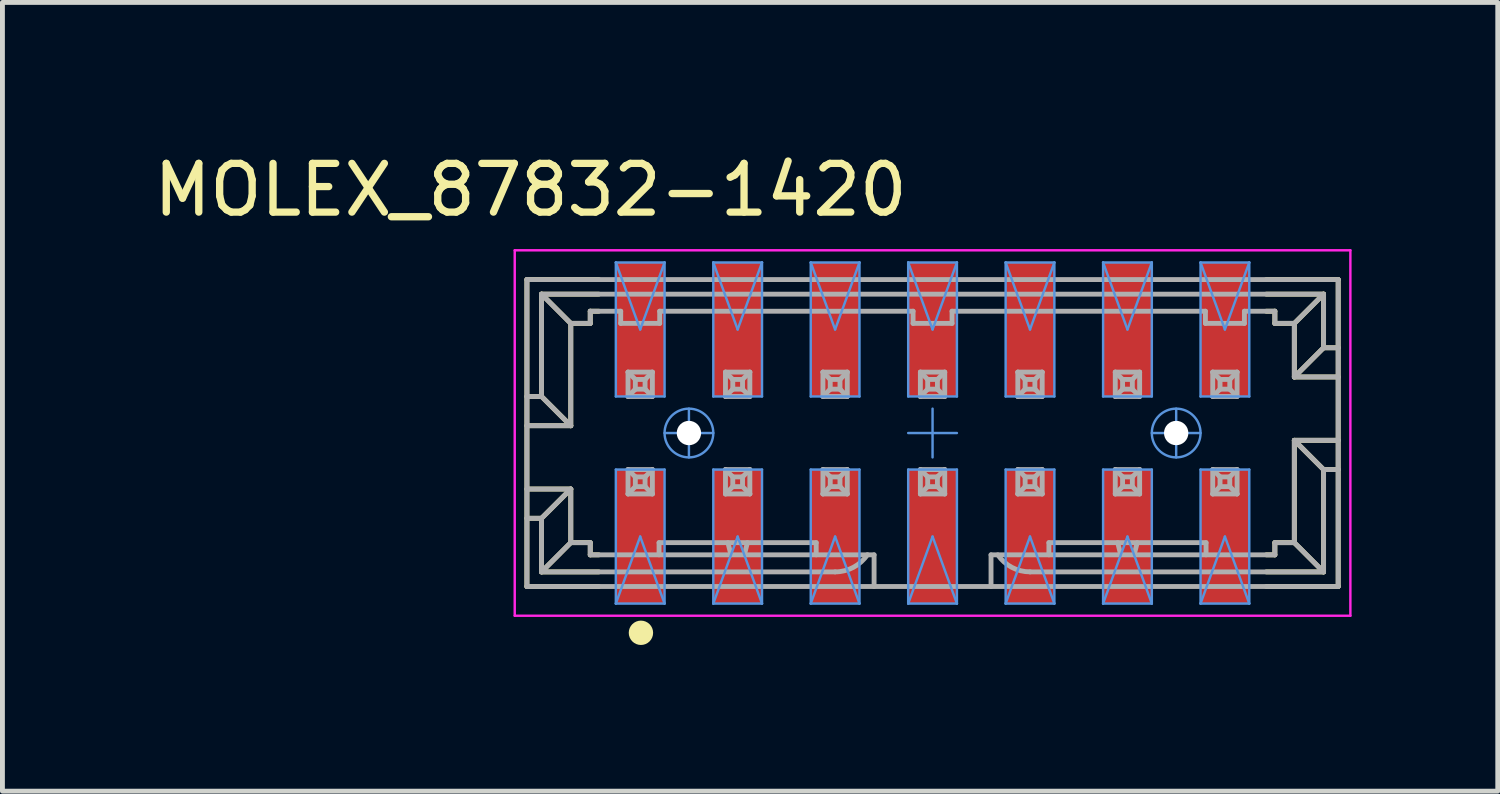
<source format=kicad_pcb>
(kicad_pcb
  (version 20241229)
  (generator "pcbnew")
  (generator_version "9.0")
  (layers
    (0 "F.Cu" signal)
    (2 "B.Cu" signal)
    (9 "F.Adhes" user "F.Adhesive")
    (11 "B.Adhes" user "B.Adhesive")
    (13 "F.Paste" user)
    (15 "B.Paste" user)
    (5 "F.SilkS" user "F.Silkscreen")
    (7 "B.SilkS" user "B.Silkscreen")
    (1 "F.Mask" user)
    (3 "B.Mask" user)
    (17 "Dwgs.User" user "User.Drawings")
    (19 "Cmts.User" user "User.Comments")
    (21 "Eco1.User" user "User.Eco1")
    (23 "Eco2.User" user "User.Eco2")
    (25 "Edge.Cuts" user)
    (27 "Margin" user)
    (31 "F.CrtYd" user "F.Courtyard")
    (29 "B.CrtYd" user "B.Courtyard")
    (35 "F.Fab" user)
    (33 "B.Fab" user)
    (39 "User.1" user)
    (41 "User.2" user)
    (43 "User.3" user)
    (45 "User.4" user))
  (footprint "MOLEX_87832-1420"
    (layer "F.Cu")
    (at 16.089 5.837)
    (property "Reference" "MOLEX_87832-1420" (at -8.25 -4.989 0) (layer "F.SilkS") (effects (font (size 1 1) (thickness 0.15))))
    (attr smd)
    (fp_line (start -8.325 -3.15) (end -6.85 -3.15) (stroke (width 0.1) (type solid)) (layer "F.SilkS"))
    (fp_line (start -8.325 -0.75) (end -8.025 -0.75) (stroke (width 0.1) (type solid)) (layer "F.SilkS"))
    (fp_line (start -8.325 -0.15) (end -7.425 -0.15) (stroke (width 0.1) (type solid)) (layer "F.SilkS"))
    (fp_line (start -8.325 1.15) (end -7.425 1.15) (stroke (width 0.1) (type solid)) (layer "F.SilkS"))
    (fp_line (start -8.325 1.75) (end -8.025 1.75) (stroke (width 0.1) (type solid)) (layer "F.SilkS"))
    (fp_line (start -8.325 3.15) (end -8.325 -3.15) (stroke (width 0.1) (type solid)) (layer "F.SilkS"))
    (fp_line (start -8.325 3.15) (end -6.85 3.15) (stroke (width 0.1) (type solid)) (layer "F.SilkS"))
    (fp_line (start -8.025 -2.85) (end -7.425 -2.25) (stroke (width 0.1) (type solid)) (layer "F.SilkS"))
    (fp_line (start -8.025 -2.85) (end -6.85 -2.85) (stroke (width 0.1) (type solid)) (layer "F.SilkS"))
    (fp_line (start -8.025 -0.75) (end -8.025 -2.85) (stroke (width 0.1) (type solid)) (layer "F.SilkS"))
    (fp_line (start -8.025 -0.75) (end -7.425 -0.15) (stroke (width 0.1) (type solid)) (layer "F.SilkS"))
    (fp_line (start -8.025 1.75) (end -7.425 1.15) (stroke (width 0.1) (type solid)) (layer "F.SilkS"))
    (fp_line (start -8.025 2.85) (end -8.025 1.75) (stroke (width 0.1) (type solid)) (layer "F.SilkS"))
    (fp_line (start -8.025 2.85) (end -7.425 2.25) (stroke (width 0.1) (type solid)) (layer "F.SilkS"))
    (fp_line (start -8.025 2.85) (end -6.85 2.85) (stroke (width 0.1) (type solid)) (layer "F.SilkS"))
    (fp_line (start -7.425 -2.25) (end -7.025 -2.25) (stroke (width 0.1) (type solid)) (layer "F.SilkS"))
    (fp_line (start -7.425 -0.15) (end -7.425 -2.25) (stroke (width 0.1) (type solid)) (layer "F.SilkS"))
    (fp_line (start -7.425 2.25) (end -7.425 1.15) (stroke (width 0.1) (type solid)) (layer "F.SilkS"))
    (fp_line (start -7.425 2.25) (end -7.025 2.25) (stroke (width 0.1) (type solid)) (layer "F.SilkS"))
    (fp_line (start -7.025 -2.5) (end -6.85 -2.5) (stroke (width 0.1) (type solid)) (layer "F.SilkS"))
    (fp_line (start -7.025 -2.25) (end -7.025 -2.5) (stroke (width 0.1) (type solid)) (layer "F.SilkS"))
    (fp_line (start -7.025 2.5) (end -7.025 2.25) (stroke (width 0.1) (type solid)) (layer "F.SilkS"))
    (fp_line (start -7.025 2.5) (end -6.85 2.5) (stroke (width 0.1) (type solid)) (layer "F.SilkS"))
    (fp_line (start 6.85 -3.15) (end 8.325 -3.15) (stroke (width 0.1) (type solid)) (layer "F.SilkS"))
    (fp_line (start 6.85 -2.85) (end 8.025 -2.85) (stroke (width 0.1) (type solid)) (layer "F.SilkS"))
    (fp_line (start 6.85 -2.5) (end 7.025 -2.5) (stroke (width 0.1) (type solid)) (layer "F.SilkS"))
    (fp_line (start 6.85 2.5) (end 7.025 2.5) (stroke (width 0.1) (type solid)) (layer "F.SilkS"))
    (fp_line (start 6.85 2.85) (end 8.025 2.85) (stroke (width 0.1) (type solid)) (layer "F.SilkS"))
    (fp_line (start 6.85 3.15) (end 8.325 3.15) (stroke (width 0.1) (type solid)) (layer "F.SilkS"))
    (fp_line (start 7.025 -2.25) (end 7.025 -2.5) (stroke (width 0.1) (type solid)) (layer "F.SilkS"))
    (fp_line (start 7.025 -2.25) (end 7.425 -2.25) (stroke (width 0.1) (type solid)) (layer "F.SilkS"))
    (fp_line (start 7.025 2.25) (end 7.425 2.25) (stroke (width 0.1) (type solid)) (layer "F.SilkS"))
    (fp_line (start 7.025 2.5) (end 7.025 2.25) (stroke (width 0.1) (type solid)) (layer "F.SilkS"))
    (fp_line (start 7.425 -2.25) (end 8.025 -2.85) (stroke (width 0.1) (type solid)) (layer "F.SilkS"))
    (fp_line (start 7.425 -1.15) (end 7.425 -2.25) (stroke (width 0.1) (type solid)) (layer "F.SilkS"))
    (fp_line (start 7.425 -1.15) (end 8.025 -1.75) (stroke (width 0.1) (type solid)) (layer "F.SilkS"))
    (fp_line (start 7.425 -1.15) (end 8.325 -1.15) (stroke (width 0.1) (type solid)) (layer "F.SilkS"))
    (fp_line (start 7.425 0.15) (end 8.025 0.75) (stroke (width 0.1) (type solid)) (layer "F.SilkS"))
    (fp_line (start 7.425 0.15) (end 8.325 0.15) (stroke (width 0.1) (type solid)) (layer "F.SilkS"))
    (fp_line (start 7.425 2.25) (end 7.425 0.15) (stroke (width 0.1) (type solid)) (layer "F.SilkS"))
    (fp_line (start 7.425 2.25) (end 8.025 2.85) (stroke (width 0.1) (type solid)) (layer "F.SilkS"))
    (fp_line (start 8.025 -1.75) (end 8.025 -2.85) (stroke (width 0.1) (type solid)) (layer "F.SilkS"))
    (fp_line (start 8.025 -1.75) (end 8.325 -1.75) (stroke (width 0.1) (type solid)) (layer "F.SilkS"))
    (fp_line (start 8.025 0.75) (end 8.325 0.75) (stroke (width 0.1) (type solid)) (layer "F.SilkS"))
    (fp_line (start 8.025 2.85) (end 8.025 0.75) (stroke (width 0.1) (type solid)) (layer "F.SilkS"))
    (fp_line (start 8.325 3.15) (end 8.325 -3.15) (stroke (width 0.1) (type solid)) (layer "F.SilkS"))
    (fp_circle (center -5.985 4.1) (end -5.86 4.1) (stroke (width 0.25) (type solid)) (fill no) (layer "F.SilkS"))
    (fp_line (start -6.5 -3.5) (end -6 -2.125) (stroke (width 0.05) (type solid)) (layer "Cmts.User"))
    (fp_line (start -6.5 -3.5) (end -5.5 -3.5) (stroke (width 0.05) (type solid)) (layer "Cmts.User"))
    (fp_line (start -6.5 -0.75) (end -6.5 -3.5) (stroke (width 0.05) (type solid)) (layer "Cmts.User"))
    (fp_line (start -6.5 -0.75) (end -5.5 -0.75) (stroke (width 0.05) (type solid)) (layer "Cmts.User"))
    (fp_line (start -6.5 0.75) (end -5.5 0.75) (stroke (width 0.05) (type solid)) (layer "Cmts.User"))
    (fp_line (start -6.5 3.5) (end -6.5 0.75) (stroke (width 0.05) (type solid)) (layer "Cmts.User"))
    (fp_line (start -6.5 3.5) (end -6 2.125) (stroke (width 0.05) (type solid)) (layer "Cmts.User"))
    (fp_line (start -6.5 3.5) (end -5.5 3.5) (stroke (width 0.05) (type solid)) (layer "Cmts.User"))
    (fp_line (start -6 -2.125) (end -5.5 -3.5) (stroke (width 0.05) (type solid)) (layer "Cmts.User"))
    (fp_line (start -6 2.125) (end -5.5 3.5) (stroke (width 0.05) (type solid)) (layer "Cmts.User"))
    (fp_line (start -5.5 -0.75) (end -5.5 -3.5) (stroke (width 0.05) (type solid)) (layer "Cmts.User"))
    (fp_line (start -5.5 0) (end -5 0) (stroke (width 0.05) (type solid)) (layer "Cmts.User"))
    (fp_line (start -5.5 3.5) (end -5.5 0.75) (stroke (width 0.05) (type solid)) (layer "Cmts.User"))
    (fp_line (start -5 0) (end -5 -0.5) (stroke (width 0.05) (type solid)) (layer "Cmts.User"))
    (fp_line (start -5 0) (end -4.5 0) (stroke (width 0.05) (type solid)) (layer "Cmts.User"))
    (fp_line (start -5 0.5) (end -5 0) (stroke (width 0.05) (type solid)) (layer "Cmts.User"))
    (fp_line (start -4.5 -3.5) (end -4 -2.125) (stroke (width 0.05) (type solid)) (layer "Cmts.User"))
    (fp_line (start -4.5 -3.5) (end -3.5 -3.5) (stroke (width 0.05) (type solid)) (layer "Cmts.User"))
    (fp_line (start -4.5 -0.75) (end -4.5 -3.5) (stroke (width 0.05) (type solid)) (layer "Cmts.User"))
    (fp_line (start -4.5 -0.75) (end -3.5 -0.75) (stroke (width 0.05) (type solid)) (layer "Cmts.User"))
    (fp_line (start -4.5 0.75) (end -3.5 0.75) (stroke (width 0.05) (type solid)) (layer "Cmts.User"))
    (fp_line (start -4.5 3.5) (end -4.5 0.75) (stroke (width 0.05) (type solid)) (layer "Cmts.User"))
    (fp_line (start -4.5 3.5) (end -4 2.125) (stroke (width 0.05) (type solid)) (layer "Cmts.User"))
    (fp_line (start -4.5 3.5) (end -3.5 3.5) (stroke (width 0.05) (type solid)) (layer "Cmts.User"))
    (fp_line (start -4 -2.125) (end -3.5 -3.5) (stroke (width 0.05) (type solid)) (layer "Cmts.User"))
    (fp_line (start -4 2.125) (end -3.5 3.5) (stroke (width 0.05) (type solid)) (layer "Cmts.User"))
    (fp_line (start -3.5 -0.75) (end -3.5 -3.5) (stroke (width 0.05) (type solid)) (layer "Cmts.User"))
    (fp_line (start -3.5 3.5) (end -3.5 0.75) (stroke (width 0.05) (type solid)) (layer "Cmts.User"))
    (fp_line (start -2.5 -3.5) (end -2 -2.125) (stroke (width 0.05) (type solid)) (layer "Cmts.User"))
    (fp_line (start -2.5 -3.5) (end -1.5 -3.5) (stroke (width 0.05) (type solid)) (layer "Cmts.User"))
    (fp_line (start -2.5 -0.75) (end -2.5 -3.5) (stroke (width 0.05) (type solid)) (layer "Cmts.User"))
    (fp_line (start -2.5 -0.75) (end -1.5 -0.75) (stroke (width 0.05) (type solid)) (layer "Cmts.User"))
    (fp_line (start -2.5 0.75) (end -1.5 0.75) (stroke (width 0.05) (type solid)) (layer "Cmts.User"))
    (fp_line (start -2.5 3.5) (end -2.5 0.75) (stroke (width 0.05) (type solid)) (layer "Cmts.User"))
    (fp_line (start -2.5 3.5) (end -2 2.125) (stroke (width 0.05) (type solid)) (layer "Cmts.User"))
    (fp_line (start -2.5 3.5) (end -1.5 3.5) (stroke (width 0.05) (type solid)) (layer "Cmts.User"))
    (fp_line (start -2 -2.125) (end -1.5 -3.5) (stroke (width 0.05) (type solid)) (layer "Cmts.User"))
    (fp_line (start -2 2.125) (end -1.5 3.5) (stroke (width 0.05) (type solid)) (layer "Cmts.User"))
    (fp_line (start -1.5 -0.75) (end -1.5 -3.5) (stroke (width 0.05) (type solid)) (layer "Cmts.User"))
    (fp_line (start -1.5 3.5) (end -1.5 0.75) (stroke (width 0.05) (type solid)) (layer "Cmts.User"))
    (fp_line (start -0.5 -3.5) (end 0 -2.125) (stroke (width 0.05) (type solid)) (layer "Cmts.User"))
    (fp_line (start -0.5 -3.5) (end 0.5 -3.5) (stroke (width 0.05) (type solid)) (layer "Cmts.User"))
    (fp_line (start -0.5 -0.75) (end -0.5 -3.5) (stroke (width 0.05) (type solid)) (layer "Cmts.User"))
    (fp_line (start -0.5 -0.75) (end 0.5 -0.75) (stroke (width 0.05) (type solid)) (layer "Cmts.User"))
    (fp_line (start -0.5 0) (end 0 0) (stroke (width 0.05) (type solid)) (layer "Cmts.User"))
    (fp_line (start -0.5 0.75) (end 0.5 0.75) (stroke (width 0.05) (type solid)) (layer "Cmts.User"))
    (fp_line (start -0.5 3.5) (end -0.5 0.75) (stroke (width 0.05) (type solid)) (layer "Cmts.User"))
    (fp_line (start -0.5 3.5) (end 0 2.125) (stroke (width 0.05) (type solid)) (layer "Cmts.User"))
    (fp_line (start -0.5 3.5) (end 0.5 3.5) (stroke (width 0.05) (type solid)) (layer "Cmts.User"))
    (fp_line (start 0 -2.125) (end 0.5 -3.5) (stroke (width 0.05) (type solid)) (layer "Cmts.User"))
    (fp_line (start 0 0) (end 0 -0.5) (stroke (width 0.05) (type solid)) (layer "Cmts.User"))
    (fp_line (start 0 0) (end 0.5 0) (stroke (width 0.05) (type solid)) (layer "Cmts.User"))
    (fp_line (start 0 0.5) (end 0 0) (stroke (width 0.05) (type solid)) (layer "Cmts.User"))
    (fp_line (start 0 2.125) (end 0.5 3.5) (stroke (width 0.05) (type solid)) (layer "Cmts.User"))
    (fp_line (start 0.5 -0.75) (end 0.5 -3.5) (stroke (width 0.05) (type solid)) (layer "Cmts.User"))
    (fp_line (start 0.5 3.5) (end 0.5 0.75) (stroke (width 0.05) (type solid)) (layer "Cmts.User"))
    (fp_line (start 1.5 -3.5) (end 2 -2.125) (stroke (width 0.05) (type solid)) (layer "Cmts.User"))
    (fp_line (start 1.5 -3.5) (end 2.5 -3.5) (stroke (width 0.05) (type solid)) (layer "Cmts.User"))
    (fp_line (start 1.5 -0.75) (end 1.5 -3.5) (stroke (width 0.05) (type solid)) (layer "Cmts.User"))
    (fp_line (start 1.5 -0.75) (end 2.5 -0.75) (stroke (width 0.05) (type solid)) (layer "Cmts.User"))
    (fp_line (start 1.5 0.75) (end 2.5 0.75) (stroke (width 0.05) (type solid)) (layer "Cmts.User"))
    (fp_line (start 1.5 3.5) (end 1.5 0.75) (stroke (width 0.05) (type solid)) (layer "Cmts.User"))
    (fp_line (start 1.5 3.5) (end 2 2.125) (stroke (width 0.05) (type solid)) (layer "Cmts.User"))
    (fp_line (start 1.5 3.5) (end 2.5 3.5) (stroke (width 0.05) (type solid)) (layer "Cmts.User"))
    (fp_line (start 2 -2.125) (end 2.5 -3.5) (stroke (width 0.05) (type solid)) (layer "Cmts.User"))
    (fp_line (start 2 2.125) (end 2.5 3.5) (stroke (width 0.05) (type solid)) (layer "Cmts.User"))
    (fp_line (start 2.5 -0.75) (end 2.5 -3.5) (stroke (width 0.05) (type solid)) (layer "Cmts.User"))
    (fp_line (start 2.5 3.5) (end 2.5 0.75) (stroke (width 0.05) (type solid)) (layer "Cmts.User"))
    (fp_line (start 3.5 -3.5) (end 4 -2.125) (stroke (width 0.05) (type solid)) (layer "Cmts.User"))
    (fp_line (start 3.5 -3.5) (end 4.5 -3.5) (stroke (width 0.05) (type solid)) (layer "Cmts.User"))
    (fp_line (start 3.5 -0.75) (end 3.5 -3.5) (stroke (width 0.05) (type solid)) (layer "Cmts.User"))
    (fp_line (start 3.5 -0.75) (end 4.5 -0.75) (stroke (width 0.05) (type solid)) (layer "Cmts.User"))
    (fp_line (start 3.5 0.75) (end 4.5 0.75) (stroke (width 0.05) (type solid)) (layer "Cmts.User"))
    (fp_line (start 3.5 3.5) (end 3.5 0.75) (stroke (width 0.05) (type solid)) (layer "Cmts.User"))
    (fp_line (start 3.5 3.5) (end 4 2.125) (stroke (width 0.05) (type solid)) (layer "Cmts.User"))
    (fp_line (start 3.5 3.5) (end 4.5 3.5) (stroke (width 0.05) (type solid)) (layer "Cmts.User"))
    (fp_line (start 4 -2.125) (end 4.5 -3.5) (stroke (width 0.05) (type solid)) (layer "Cmts.User"))
    (fp_line (start 4 2.125) (end 4.5 3.5) (stroke (width 0.05) (type solid)) (layer "Cmts.User"))
    (fp_line (start 4.5 -0.75) (end 4.5 -3.5) (stroke (width 0.05) (type solid)) (layer "Cmts.User"))
    (fp_line (start 4.5 0) (end 5 0) (stroke (width 0.05) (type solid)) (layer "Cmts.User"))
    (fp_line (start 4.5 3.5) (end 4.5 0.75) (stroke (width 0.05) (type solid)) (layer "Cmts.User"))
    (fp_line (start 5 0) (end 5 -0.5) (stroke (width 0.05) (type solid)) (layer "Cmts.User"))
    (fp_line (start 5 0) (end 5.5 0) (stroke (width 0.05) (type solid)) (layer "Cmts.User"))
    (fp_line (start 5 0.5) (end 5 0) (stroke (width 0.05) (type solid)) (layer "Cmts.User"))
    (fp_line (start 5.5 -3.5) (end 6 -2.125) (stroke (width 0.05) (type solid)) (layer "Cmts.User"))
    (fp_line (start 5.5 -3.5) (end 6.5 -3.5) (stroke (width 0.05) (type solid)) (layer "Cmts.User"))
    (fp_line (start 5.5 -0.75) (end 5.5 -3.5) (stroke (width 0.05) (type solid)) (layer "Cmts.User"))
    (fp_line (start 5.5 -0.75) (end 6.5 -0.75) (stroke (width 0.05) (type solid)) (layer "Cmts.User"))
    (fp_line (start 5.5 0.75) (end 6.5 0.75) (stroke (width 0.05) (type solid)) (layer "Cmts.User"))
    (fp_line (start 5.5 3.5) (end 5.5 0.75) (stroke (width 0.05) (type solid)) (layer "Cmts.User"))
    (fp_line (start 5.5 3.5) (end 6 2.125) (stroke (width 0.05) (type solid)) (layer "Cmts.User"))
    (fp_line (start 5.5 3.5) (end 6.5 3.5) (stroke (width 0.05) (type solid)) (layer "Cmts.User"))
    (fp_line (start 6 -2.125) (end 6.5 -3.5) (stroke (width 0.05) (type solid)) (layer "Cmts.User"))
    (fp_line (start 6 2.125) (end 6.5 3.5) (stroke (width 0.05) (type solid)) (layer "Cmts.User"))
    (fp_line (start 6.5 -0.75) (end 6.5 -3.5) (stroke (width 0.05) (type solid)) (layer "Cmts.User"))
    (fp_line (start 6.5 3.5) (end 6.5 0.75) (stroke (width 0.05) (type solid)) (layer "Cmts.User"))
    (fp_circle (center -5 0) (end -4.5 0) (stroke (width 0.05) (type solid)) (fill no) (layer "Cmts.User"))
    (fp_circle (center 5 0) (end 5.5 0) (stroke (width 0.05) (type solid)) (fill no) (layer "Cmts.User"))
    (fp_line (start -8.575 -3.75) (end 8.575 -3.75) (stroke (width 0.05) (type solid)) (layer "F.CrtYd"))
    (fp_line (start -8.575 3.75) (end -8.575 -3.75) (stroke (width 0.05) (type solid)) (layer "F.CrtYd"))
    (fp_line (start -8.575 3.75) (end 8.575 3.75) (stroke (width 0.05) (type solid)) (layer "F.CrtYd"))
    (fp_line (start 8.575 3.75) (end 8.575 -3.75) (stroke (width 0.05) (type solid)) (layer "F.CrtYd"))
    (fp_line (start -8.325 -3.15) (end 8.325 -3.15) (stroke (width 0.1) (type solid)) (layer "F.Fab"))
    (fp_line (start -8.325 -0.75) (end -8.025 -0.75) (stroke (width 0.1) (type solid)) (layer "F.Fab"))
    (fp_line (start -8.325 -0.15) (end -7.425 -0.15) (stroke (width 0.1) (type solid)) (layer "F.Fab"))
    (fp_line (start -8.325 1.15) (end -7.425 1.15) (stroke (width 0.1) (type solid)) (layer "F.Fab"))
    (fp_line (start -8.325 1.75) (end -8.025 1.75) (stroke (width 0.1) (type solid)) (layer "F.Fab"))
    (fp_line (start -8.325 3.15) (end -8.325 -3.15) (stroke (width 0.1) (type solid)) (layer "F.Fab"))
    (fp_line (start -8.325 3.15) (end 8.325 3.15) (stroke (width 0.1) (type solid)) (layer "F.Fab"))
    (fp_line (start -8.025 -2.85) (end -7.425 -2.25) (stroke (width 0.1) (type solid)) (layer "F.Fab"))
    (fp_line (start -8.025 -2.85) (end 8.025 -2.85) (stroke (width 0.1) (type solid)) (layer "F.Fab"))
    (fp_line (start -8.025 -0.75) (end -8.025 -2.85) (stroke (width 0.1) (type solid)) (layer "F.Fab"))
    (fp_line (start -8.025 -0.75) (end -7.425 -0.15) (stroke (width 0.1) (type solid)) (layer "F.Fab"))
    (fp_line (start -8.025 1.75) (end -7.425 1.15) (stroke (width 0.1) (type solid)) (layer "F.Fab"))
    (fp_line (start -8.025 2.85) (end -8.025 1.75) (stroke (width 0.1) (type solid)) (layer "F.Fab"))
    (fp_line (start -8.025 2.85) (end -7.425 2.25) (stroke (width 0.1) (type solid)) (layer "F.Fab"))
    (fp_line (start -8.025 2.85) (end -2 2.85) (stroke (width 0.1) (type solid)) (layer "F.Fab"))
    (fp_line (start -7.425 -2.25) (end -7.025 -2.25) (stroke (width 0.1) (type solid)) (layer "F.Fab"))
    (fp_line (start -7.425 -0.15) (end -7.425 -2.25) (stroke (width 0.1) (type solid)) (layer "F.Fab"))
    (fp_line (start -7.425 2.25) (end -7.425 1.15) (stroke (width 0.1) (type solid)) (layer "F.Fab"))
    (fp_line (start -7.425 2.25) (end -7.025 2.25) (stroke (width 0.1) (type solid)) (layer "F.Fab"))
    (fp_line (start -7.025 -2.5) (end -6.4 -2.5) (stroke (width 0.1) (type solid)) (layer "F.Fab"))
    (fp_line (start -7.025 -2.25) (end -7.025 -2.5) (stroke (width 0.1) (type solid)) (layer "F.Fab"))
    (fp_line (start -7.025 2.5) (end -7.025 2.25) (stroke (width 0.1) (type solid)) (layer "F.Fab"))
    (fp_line (start -7.025 2.5) (end -1.2 2.5) (stroke (width 0.1) (type solid)) (layer "F.Fab"))
    (fp_line (start -6.4 -2.25) (end -6.4 -2.5) (stroke (width 0.1) (type solid)) (layer "F.Fab"))
    (fp_line (start -6.4 -2.25) (end -5.6 -2.25) (stroke (width 0.1) (type solid)) (layer "F.Fab"))
    (fp_line (start -6.25 -1.25) (end -6.1 -1.1) (stroke (width 0.1) (type solid)) (layer "F.Fab"))
    (fp_line (start -6.25 -1.25) (end -5.75 -1.25) (stroke (width 0.1) (type solid)) (layer "F.Fab"))
    (fp_line (start -6.25 -0.75) (end -6.25 -1.25) (stroke (width 0.1) (type solid)) (layer "F.Fab"))
    (fp_line (start -6.25 -0.75) (end -6.1 -0.9) (stroke (width 0.1) (type solid)) (layer "F.Fab"))
    (fp_line (start -6.25 -0.75) (end -5.75 -0.75) (stroke (width 0.1) (type solid)) (layer "F.Fab"))
    (fp_line (start -6.25 0.75) (end -6.1 0.9) (stroke (width 0.1) (type solid)) (layer "F.Fab"))
    (fp_line (start -6.25 0.75) (end -5.75 0.75) (stroke (width 0.1) (type solid)) (layer "F.Fab"))
    (fp_line (start -6.25 1.25) (end -6.25 0.75) (stroke (width 0.1) (type solid)) (layer "F.Fab"))
    (fp_line (start -6.25 1.25) (end -6.1 1.1) (stroke (width 0.1) (type solid)) (layer "F.Fab"))
    (fp_line (start -6.25 1.25) (end -5.75 1.25) (stroke (width 0.1) (type solid)) (layer "F.Fab"))
    (fp_line (start -6.1 -1.1) (end -5.9 -1.1) (stroke (width 0.1) (type solid)) (layer "F.Fab"))
    (fp_line (start -6.1 -0.9) (end -6.1 -1.1) (stroke (width 0.1) (type solid)) (layer "F.Fab"))
    (fp_line (start -6.1 -0.9) (end -5.9 -0.9) (stroke (width 0.1) (type solid)) (layer "F.Fab"))
    (fp_line (start -6.1 0.9) (end -5.9 0.9) (stroke (width 0.1) (type solid)) (layer "F.Fab"))
    (fp_line (start -6.1 1.1) (end -6.1 0.9) (stroke (width 0.1) (type solid)) (layer "F.Fab"))
    (fp_line (start -6.1 1.1) (end -5.9 1.1) (stroke (width 0.1) (type solid)) (layer "F.Fab"))
    (fp_line (start -5.9 -1.1) (end -5.75 -1.25) (stroke (width 0.1) (type solid)) (layer "F.Fab"))
    (fp_line (start -5.9 -0.9) (end -5.9 -1.1) (stroke (width 0.1) (type solid)) (layer "F.Fab"))
    (fp_line (start -5.9 -0.9) (end -5.75 -0.75) (stroke (width 0.1) (type solid)) (layer "F.Fab"))
    (fp_line (start -5.9 0.9) (end -5.75 0.75) (stroke (width 0.1) (type solid)) (layer "F.Fab"))
    (fp_line (start -5.9 1.1) (end -5.9 0.9) (stroke (width 0.1) (type solid)) (layer "F.Fab"))
    (fp_line (start -5.9 1.1) (end -5.75 1.25) (stroke (width 0.1) (type solid)) (layer "F.Fab"))
    (fp_line (start -5.75 -0.75) (end -5.75 -1.25) (stroke (width 0.1) (type solid)) (layer "F.Fab"))
    (fp_line (start -5.75 1.25) (end -5.75 0.75) (stroke (width 0.1) (type solid)) (layer "F.Fab"))
    (fp_line (start -5.613 2.25) (end -2.388 2.25) (stroke (width 0.1) (type solid)) (layer "F.Fab"))
    (fp_line (start -5.613 2.5) (end -5.613 2.25) (stroke (width 0.1) (type solid)) (layer "F.Fab"))
    (fp_line (start -5.6 -2.5) (end -0.4 -2.5) (stroke (width 0.1) (type solid)) (layer "F.Fab"))
    (fp_line (start -5.6 -2.25) (end -5.6 -2.5) (stroke (width 0.1) (type solid)) (layer "F.Fab"))
    (fp_line (start -4.25 -1.25) (end -4.1 -1.1) (stroke (width 0.1) (type solid)) (layer "F.Fab"))
    (fp_line (start -4.25 -1.25) (end -3.75 -1.25) (stroke (width 0.1) (type solid)) (layer "F.Fab"))
    (fp_line (start -4.25 -0.75) (end -4.25 -1.25) (stroke (width 0.1) (type solid)) (layer "F.Fab"))
    (fp_line (start -4.25 -0.75) (end -4.1 -0.9) (stroke (width 0.1) (type solid)) (layer "F.Fab"))
    (fp_line (start -4.25 -0.75) (end -3.75 -0.75) (stroke (width 0.1) (type solid)) (layer "F.Fab"))
    (fp_line (start -4.25 0.75) (end -4.1 0.9) (stroke (width 0.1) (type solid)) (layer "F.Fab"))
    (fp_line (start -4.25 0.75) (end -3.75 0.75) (stroke (width 0.1) (type solid)) (layer "F.Fab"))
    (fp_line (start -4.25 1.25) (end -4.25 0.75) (stroke (width 0.1) (type solid)) (layer "F.Fab"))
    (fp_line (start -4.25 1.25) (end -4.1 1.1) (stroke (width 0.1) (type solid)) (layer "F.Fab"))
    (fp_line (start -4.25 1.25) (end -3.75 1.25) (stroke (width 0.1) (type solid)) (layer "F.Fab"))
    (fp_line (start -4.2 2.25) (end -4.137 2.5) (stroke (width 0.1) (type solid)) (layer "F.Fab"))
    (fp_line (start -4.1 -1.1) (end -3.9 -1.1) (stroke (width 0.1) (type solid)) (layer "F.Fab"))
    (fp_line (start -4.1 -0.9) (end -4.1 -1.1) (stroke (width 0.1) (type solid)) (layer "F.Fab"))
    (fp_line (start -4.1 -0.9) (end -3.9 -0.9) (stroke (width 0.1) (type solid)) (layer "F.Fab"))
    (fp_line (start -4.1 0.9) (end -3.9 0.9) (stroke (width 0.1) (type solid)) (layer "F.Fab"))
    (fp_line (start -4.1 1.1) (end -4.1 0.9) (stroke (width 0.1) (type solid)) (layer "F.Fab"))
    (fp_line (start -4.1 1.1) (end -3.9 1.1) (stroke (width 0.1) (type solid)) (layer "F.Fab"))
    (fp_line (start -3.9 -1.1) (end -3.75 -1.25) (stroke (width 0.1) (type solid)) (layer "F.Fab"))
    (fp_line (start -3.9 -0.9) (end -3.9 -1.1) (stroke (width 0.1) (type solid)) (layer "F.Fab"))
    (fp_line (start -3.9 -0.9) (end -3.75 -0.75) (stroke (width 0.1) (type solid)) (layer "F.Fab"))
    (fp_line (start -3.9 0.9) (end -3.75 0.75) (stroke (width 0.1) (type solid)) (layer "F.Fab"))
    (fp_line (start -3.9 1.1) (end -3.9 0.9) (stroke (width 0.1) (type solid)) (layer "F.Fab"))
    (fp_line (start -3.9 1.1) (end -3.75 1.25) (stroke (width 0.1) (type solid)) (layer "F.Fab"))
    (fp_line (start -3.862 2.5) (end -3.8 2.25) (stroke (width 0.1) (type solid)) (layer "F.Fab"))
    (fp_line (start -3.75 -0.75) (end -3.75 -1.25) (stroke (width 0.1) (type solid)) (layer "F.Fab"))
    (fp_line (start -3.75 1.25) (end -3.75 0.75) (stroke (width 0.1) (type solid)) (layer "F.Fab"))
    (fp_line (start -2.388 2.5) (end -2.388 2.25) (stroke (width 0.1) (type solid)) (layer "F.Fab"))
    (fp_line (start -2.25 -1.25) (end -2.1 -1.1) (stroke (width 0.1) (type solid)) (layer "F.Fab"))
    (fp_line (start -2.25 -1.25) (end -1.75 -1.25) (stroke (width 0.1) (type solid)) (layer "F.Fab"))
    (fp_line (start -2.25 -0.75) (end -2.25 -1.25) (stroke (width 0.1) (type solid)) (layer "F.Fab"))
    (fp_line (start -2.25 -0.75) (end -2.1 -0.9) (stroke (width 0.1) (type solid)) (layer "F.Fab"))
    (fp_line (start -2.25 -0.75) (end -1.75 -0.75) (stroke (width 0.1) (type solid)) (layer "F.Fab"))
    (fp_line (start -2.25 0.75) (end -2.1 0.9) (stroke (width 0.1) (type solid)) (layer "F.Fab"))
    (fp_line (start -2.25 0.75) (end -1.75 0.75) (stroke (width 0.1) (type solid)) (layer "F.Fab"))
    (fp_line (start -2.25 1.25) (end -2.25 0.75) (stroke (width 0.1) (type solid)) (layer "F.Fab"))
    (fp_line (start -2.25 1.25) (end -2.1 1.1) (stroke (width 0.1) (type solid)) (layer "F.Fab"))
    (fp_line (start -2.25 1.25) (end -1.75 1.25) (stroke (width 0.1) (type solid)) (layer "F.Fab"))
    (fp_line (start -2.1 -1.1) (end -1.9 -1.1) (stroke (width 0.1) (type solid)) (layer "F.Fab"))
    (fp_line (start -2.1 -0.9) (end -2.1 -1.1) (stroke (width 0.1) (type solid)) (layer "F.Fab"))
    (fp_line (start -2.1 -0.9) (end -1.9 -0.9) (stroke (width 0.1) (type solid)) (layer "F.Fab"))
    (fp_line (start -2.1 0.9) (end -1.9 0.9) (stroke (width 0.1) (type solid)) (layer "F.Fab"))
    (fp_line (start -2.1 1.1) (end -2.1 0.9) (stroke (width 0.1) (type solid)) (layer "F.Fab"))
    (fp_line (start -2.1 1.1) (end -1.9 1.1) (stroke (width 0.1) (type solid)) (layer "F.Fab"))
    (fp_line (start -1.9 -1.1) (end -1.75 -1.25) (stroke (width 0.1) (type solid)) (layer "F.Fab"))
    (fp_line (start -1.9 -0.9) (end -1.9 -1.1) (stroke (width 0.1) (type solid)) (layer "F.Fab"))
    (fp_line (start -1.9 -0.9) (end -1.75 -0.75) (stroke (width 0.1) (type solid)) (layer "F.Fab"))
    (fp_line (start -1.9 0.9) (end -1.75 0.75) (stroke (width 0.1) (type solid)) (layer "F.Fab"))
    (fp_line (start -1.9 1.1) (end -1.9 0.9) (stroke (width 0.1) (type solid)) (layer "F.Fab"))
    (fp_line (start -1.9 1.1) (end -1.75 1.25) (stroke (width 0.1) (type solid)) (layer "F.Fab"))
    (fp_line (start -1.75 -0.75) (end -1.75 -1.25) (stroke (width 0.1) (type solid)) (layer "F.Fab"))
    (fp_line (start -1.75 1.25) (end -1.75 0.75) (stroke (width 0.1) (type solid)) (layer "F.Fab"))
    (fp_line (start -1.2 3.15) (end -1.2 2.5) (stroke (width 0.1) (type solid)) (layer "F.Fab"))
    (fp_line (start -0.4 -2.25) (end -0.4 -2.5) (stroke (width 0.1) (type solid)) (layer "F.Fab"))
    (fp_line (start -0.4 -2.25) (end 0.4 -2.25) (stroke (width 0.1) (type solid)) (layer "F.Fab"))
    (fp_line (start -0.25 -1.25) (end -0.1 -1.1) (stroke (width 0.1) (type solid)) (layer "F.Fab"))
    (fp_line (start -0.25 -1.25) (end 0.25 -1.25) (stroke (width 0.1) (type solid)) (layer "F.Fab"))
    (fp_line (start -0.25 -0.75) (end -0.25 -1.25) (stroke (width 0.1) (type solid)) (layer "F.Fab"))
    (fp_line (start -0.25 -0.75) (end -0.1 -0.9) (stroke (width 0.1) (type solid)) (layer "F.Fab"))
    (fp_line (start -0.25 -0.75) (end 0.25 -0.75) (stroke (width 0.1) (type solid)) (layer "F.Fab"))
    (fp_line (start -0.25 0.75) (end -0.1 0.9) (stroke (width 0.1) (type solid)) (layer "F.Fab"))
    (fp_line (start -0.25 0.75) (end 0.25 0.75) (stroke (width 0.1) (type solid)) (layer "F.Fab"))
    (fp_line (start -0.25 1.25) (end -0.25 0.75) (stroke (width 0.1) (type solid)) (layer "F.Fab"))
    (fp_line (start -0.25 1.25) (end -0.1 1.1) (stroke (width 0.1) (type solid)) (layer "F.Fab"))
    (fp_line (start -0.25 1.25) (end 0.25 1.25) (stroke (width 0.1) (type solid)) (layer "F.Fab"))
    (fp_line (start -0.1 -1.1) (end 0.1 -1.1) (stroke (width 0.1) (type solid)) (layer "F.Fab"))
    (fp_line (start -0.1 -0.9) (end -0.1 -1.1) (stroke (width 0.1) (type solid)) (layer "F.Fab"))
    (fp_line (start -0.1 -0.9) (end 0.1 -0.9) (stroke (width 0.1) (type solid)) (layer "F.Fab"))
    (fp_line (start -0.1 0.9) (end 0.1 0.9) (stroke (width 0.1) (type solid)) (layer "F.Fab"))
    (fp_line (start -0.1 1.1) (end -0.1 0.9) (stroke (width 0.1) (type solid)) (layer "F.Fab"))
    (fp_line (start -0.1 1.1) (end 0.1 1.1) (stroke (width 0.1) (type solid)) (layer "F.Fab"))
    (fp_line (start 0.1 -1.1) (end 0.25 -1.25) (stroke (width 0.1) (type solid)) (layer "F.Fab"))
    (fp_line (start 0.1 -0.9) (end 0.1 -1.1) (stroke (width 0.1) (type solid)) (layer "F.Fab"))
    (fp_line (start 0.1 -0.9) (end 0.25 -0.75) (stroke (width 0.1) (type solid)) (layer "F.Fab"))
    (fp_line (start 0.1 0.9) (end 0.25 0.75) (stroke (width 0.1) (type solid)) (layer "F.Fab"))
    (fp_line (start 0.1 1.1) (end 0.1 0.9) (stroke (width 0.1) (type solid)) (layer "F.Fab"))
    (fp_line (start 0.1 1.1) (end 0.25 1.25) (stroke (width 0.1) (type solid)) (layer "F.Fab"))
    (fp_line (start 0.25 -0.75) (end 0.25 -1.25) (stroke (width 0.1) (type solid)) (layer "F.Fab"))
    (fp_line (start 0.25 1.25) (end 0.25 0.75) (stroke (width 0.1) (type solid)) (layer "F.Fab"))
    (fp_line (start 0.4 -2.5) (end 5.6 -2.5) (stroke (width 0.1) (type solid)) (layer "F.Fab"))
    (fp_line (start 0.4 -2.25) (end 0.4 -2.5) (stroke (width 0.1) (type solid)) (layer "F.Fab"))
    (fp_line (start 1.2 2.5) (end 7.025 2.5) (stroke (width 0.1) (type solid)) (layer "F.Fab"))
    (fp_line (start 1.2 3.15) (end 1.2 2.5) (stroke (width 0.1) (type solid)) (layer "F.Fab"))
    (fp_line (start 1.75 -1.25) (end 1.9 -1.1) (stroke (width 0.1) (type solid)) (layer "F.Fab"))
    (fp_line (start 1.75 -1.25) (end 2.25 -1.25) (stroke (width 0.1) (type solid)) (layer "F.Fab"))
    (fp_line (start 1.75 -0.75) (end 1.75 -1.25) (stroke (width 0.1) (type solid)) (layer "F.Fab"))
    (fp_line (start 1.75 -0.75) (end 1.9 -0.9) (stroke (width 0.1) (type solid)) (layer "F.Fab"))
    (fp_line (start 1.75 -0.75) (end 2.25 -0.75) (stroke (width 0.1) (type solid)) (layer "F.Fab"))
    (fp_line (start 1.75 0.75) (end 1.9 0.9) (stroke (width 0.1) (type solid)) (layer "F.Fab"))
    (fp_line (start 1.75 0.75) (end 2.25 0.75) (stroke (width 0.1) (type solid)) (layer "F.Fab"))
    (fp_line (start 1.75 1.25) (end 1.75 0.75) (stroke (width 0.1) (type solid)) (layer "F.Fab"))
    (fp_line (start 1.75 1.25) (end 1.9 1.1) (stroke (width 0.1) (type solid)) (layer "F.Fab"))
    (fp_line (start 1.75 1.25) (end 2.25 1.25) (stroke (width 0.1) (type solid)) (layer "F.Fab"))
    (fp_line (start 1.9 -1.1) (end 2.1 -1.1) (stroke (width 0.1) (type solid)) (layer "F.Fab"))
    (fp_line (start 1.9 -0.9) (end 1.9 -1.1) (stroke (width 0.1) (type solid)) (layer "F.Fab"))
    (fp_line (start 1.9 -0.9) (end 2.1 -0.9) (stroke (width 0.1) (type solid)) (layer "F.Fab"))
    (fp_line (start 1.9 0.9) (end 2.1 0.9) (stroke (width 0.1) (type solid)) (layer "F.Fab"))
    (fp_line (start 1.9 1.1) (end 1.9 0.9) (stroke (width 0.1) (type solid)) (layer "F.Fab"))
    (fp_line (start 1.9 1.1) (end 2.1 1.1) (stroke (width 0.1) (type solid)) (layer "F.Fab"))
    (fp_line (start 2 2.85) (end 8.025 2.85) (stroke (width 0.1) (type solid)) (layer "F.Fab"))
    (fp_line (start 2.1 -1.1) (end 2.25 -1.25) (stroke (width 0.1) (type solid)) (layer "F.Fab"))
    (fp_line (start 2.1 -0.9) (end 2.1 -1.1) (stroke (width 0.1) (type solid)) (layer "F.Fab"))
    (fp_line (start 2.1 -0.9) (end 2.25 -0.75) (stroke (width 0.1) (type solid)) (layer "F.Fab"))
    (fp_line (start 2.1 0.9) (end 2.25 0.75) (stroke (width 0.1) (type solid)) (layer "F.Fab"))
    (fp_line (start 2.1 1.1) (end 2.1 0.9) (stroke (width 0.1) (type solid)) (layer "F.Fab"))
    (fp_line (start 2.1 1.1) (end 2.25 1.25) (stroke (width 0.1) (type solid)) (layer "F.Fab"))
    (fp_line (start 2.25 -0.75) (end 2.25 -1.25) (stroke (width 0.1) (type solid)) (layer "F.Fab"))
    (fp_line (start 2.25 1.25) (end 2.25 0.75) (stroke (width 0.1) (type solid)) (layer "F.Fab"))
    (fp_line (start 2.388 2.25) (end 5.613 2.25) (stroke (width 0.1) (type solid)) (layer "F.Fab"))
    (fp_line (start 2.388 2.5) (end 2.388 2.25) (stroke (width 0.1) (type solid)) (layer "F.Fab"))
    (fp_line (start 3.75 -1.25) (end 3.9 -1.1) (stroke (width 0.1) (type solid)) (layer "F.Fab"))
    (fp_line (start 3.75 -1.25) (end 4.25 -1.25) (stroke (width 0.1) (type solid)) (layer "F.Fab"))
    (fp_line (start 3.75 -0.75) (end 3.75 -1.25) (stroke (width 0.1) (type solid)) (layer "F.Fab"))
    (fp_line (start 3.75 -0.75) (end 3.9 -0.9) (stroke (width 0.1) (type solid)) (layer "F.Fab"))
    (fp_line (start 3.75 -0.75) (end 4.25 -0.75) (stroke (width 0.1) (type solid)) (layer "F.Fab"))
    (fp_line (start 3.75 0.75) (end 3.9 0.9) (stroke (width 0.1) (type solid)) (layer "F.Fab"))
    (fp_line (start 3.75 0.75) (end 4.25 0.75) (stroke (width 0.1) (type solid)) (layer "F.Fab"))
    (fp_line (start 3.75 1.25) (end 3.75 0.75) (stroke (width 0.1) (type solid)) (layer "F.Fab"))
    (fp_line (start 3.75 1.25) (end 3.9 1.1) (stroke (width 0.1) (type solid)) (layer "F.Fab"))
    (fp_line (start 3.75 1.25) (end 4.25 1.25) (stroke (width 0.1) (type solid)) (layer "F.Fab"))
    (fp_line (start 3.8 2.25) (end 3.862 2.5) (stroke (width 0.1) (type solid)) (layer "F.Fab"))
    (fp_line (start 3.9 -1.1) (end 4.1 -1.1) (stroke (width 0.1) (type solid)) (layer "F.Fab"))
    (fp_line (start 3.9 -0.9) (end 3.9 -1.1) (stroke (width 0.1) (type solid)) (layer "F.Fab"))
    (fp_line (start 3.9 -0.9) (end 4.1 -0.9) (stroke (width 0.1) (type solid)) (layer "F.Fab"))
    (fp_line (start 3.9 0.9) (end 4.1 0.9) (stroke (width 0.1) (type solid)) (layer "F.Fab"))
    (fp_line (start 3.9 1.1) (end 3.9 0.9) (stroke (width 0.1) (type solid)) (layer "F.Fab"))
    (fp_line (start 3.9 1.1) (end 4.1 1.1) (stroke (width 0.1) (type solid)) (layer "F.Fab"))
    (fp_line (start 4.1 -1.1) (end 4.25 -1.25) (stroke (width 0.1) (type solid)) (layer "F.Fab"))
    (fp_line (start 4.1 -0.9) (end 4.1 -1.1) (stroke (width 0.1) (type solid)) (layer "F.Fab"))
    (fp_line (start 4.1 -0.9) (end 4.25 -0.75) (stroke (width 0.1) (type solid)) (layer "F.Fab"))
    (fp_line (start 4.1 0.9) (end 4.25 0.75) (stroke (width 0.1) (type solid)) (layer "F.Fab"))
    (fp_line (start 4.1 1.1) (end 4.1 0.9) (stroke (width 0.1) (type solid)) (layer "F.Fab"))
    (fp_line (start 4.1 1.1) (end 4.25 1.25) (stroke (width 0.1) (type solid)) (layer "F.Fab"))
    (fp_line (start 4.137 2.5) (end 4.2 2.25) (stroke (width 0.1) (type solid)) (layer "F.Fab"))
    (fp_line (start 4.25 -0.75) (end 4.25 -1.25) (stroke (width 0.1) (type solid)) (layer "F.Fab"))
    (fp_line (start 4.25 1.25) (end 4.25 0.75) (stroke (width 0.1) (type solid)) (layer "F.Fab"))
    (fp_line (start 5.6 -2.25) (end 5.6 -2.5) (stroke (width 0.1) (type solid)) (layer "F.Fab"))
    (fp_line (start 5.6 -2.25) (end 6.4 -2.25) (stroke (width 0.1) (type solid)) (layer "F.Fab"))
    (fp_line (start 5.613 2.5) (end 5.613 2.25) (stroke (width 0.1) (type solid)) (layer "F.Fab"))
    (fp_line (start 5.75 -1.25) (end 5.9 -1.1) (stroke (width 0.1) (type solid)) (layer "F.Fab"))
    (fp_line (start 5.75 -1.25) (end 6.25 -1.25) (stroke (width 0.1) (type solid)) (layer "F.Fab"))
    (fp_line (start 5.75 -0.75) (end 5.75 -1.25) (stroke (width 0.1) (type solid)) (layer "F.Fab"))
    (fp_line (start 5.75 -0.75) (end 5.9 -0.9) (stroke (width 0.1) (type solid)) (layer "F.Fab"))
    (fp_line (start 5.75 -0.75) (end 6.25 -0.75) (stroke (width 0.1) (type solid)) (layer "F.Fab"))
    (fp_line (start 5.75 0.75) (end 5.9 0.9) (stroke (width 0.1) (type solid)) (layer "F.Fab"))
    (fp_line (start 5.75 0.75) (end 6.25 0.75) (stroke (width 0.1) (type solid)) (layer "F.Fab"))
    (fp_line (start 5.75 1.25) (end 5.75 0.75) (stroke (width 0.1) (type solid)) (layer "F.Fab"))
    (fp_line (start 5.75 1.25) (end 5.9 1.1) (stroke (width 0.1) (type solid)) (layer "F.Fab"))
    (fp_line (start 5.75 1.25) (end 6.25 1.25) (stroke (width 0.1) (type solid)) (layer "F.Fab"))
    (fp_line (start 5.9 -1.1) (end 6.1 -1.1) (stroke (width 0.1) (type solid)) (layer "F.Fab"))
    (fp_line (start 5.9 -0.9) (end 5.9 -1.1) (stroke (width 0.1) (type solid)) (layer "F.Fab"))
    (fp_line (start 5.9 -0.9) (end 6.1 -0.9) (stroke (width 0.1) (type solid)) (layer "F.Fab"))
    (fp_line (start 5.9 0.9) (end 6.1 0.9) (stroke (width 0.1) (type solid)) (layer "F.Fab"))
    (fp_line (start 5.9 1.1) (end 5.9 0.9) (stroke (width 0.1) (type solid)) (layer "F.Fab"))
    (fp_line (start 5.9 1.1) (end 6.1 1.1) (stroke (width 0.1) (type solid)) (layer "F.Fab"))
    (fp_line (start 6.1 -1.1) (end 6.25 -1.25) (stroke (width 0.1) (type solid)) (layer "F.Fab"))
    (fp_line (start 6.1 -0.9) (end 6.1 -1.1) (stroke (width 0.1) (type solid)) (layer "F.Fab"))
    (fp_line (start 6.1 -0.9) (end 6.25 -0.75) (stroke (width 0.1) (type solid)) (layer "F.Fab"))
    (fp_line (start 6.1 0.9) (end 6.25 0.75) (stroke (width 0.1) (type solid)) (layer "F.Fab"))
    (fp_line (start 6.1 1.1) (end 6.1 0.9) (stroke (width 0.1) (type solid)) (layer "F.Fab"))
    (fp_line (start 6.1 1.1) (end 6.25 1.25) (stroke (width 0.1) (type solid)) (layer "F.Fab"))
    (fp_line (start 6.25 -0.75) (end 6.25 -1.25) (stroke (width 0.1) (type solid)) (layer "F.Fab"))
    (fp_line (start 6.25 1.25) (end 6.25 0.75) (stroke (width 0.1) (type solid)) (layer "F.Fab"))
    (fp_line (start 6.4 -2.5) (end 7.025 -2.5) (stroke (width 0.1) (type solid)) (layer "F.Fab"))
    (fp_line (start 6.4 -2.25) (end 6.4 -2.5) (stroke (width 0.1) (type solid)) (layer "F.Fab"))
    (fp_line (start 7.025 -2.25) (end 7.025 -2.5) (stroke (width 0.1) (type solid)) (layer "F.Fab"))
    (fp_line (start 7.025 -2.25) (end 7.425 -2.25) (stroke (width 0.1) (type solid)) (layer "F.Fab"))
    (fp_line (start 7.025 2.25) (end 7.425 2.25) (stroke (width 0.1) (type solid)) (layer "F.Fab"))
    (fp_line (start 7.025 2.5) (end 7.025 2.25) (stroke (width 0.1) (type solid)) (layer "F.Fab"))
    (fp_line (start 7.425 -2.25) (end 8.025 -2.85) (stroke (width 0.1) (type solid)) (layer "F.Fab"))
    (fp_line (start 7.425 -1.15) (end 7.425 -2.25) (stroke (width 0.1) (type solid)) (layer "F.Fab"))
    (fp_line (start 7.425 -1.15) (end 8.025 -1.75) (stroke (width 0.1) (type solid)) (layer "F.Fab"))
    (fp_line (start 7.425 -1.15) (end 8.325 -1.15) (stroke (width 0.1) (type solid)) (layer "F.Fab"))
    (fp_line (start 7.425 0.15) (end 8.025 0.75) (stroke (width 0.1) (type solid)) (layer "F.Fab"))
    (fp_line (start 7.425 0.15) (end 8.325 0.15) (stroke (width 0.1) (type solid)) (layer "F.Fab"))
    (fp_line (start 7.425 2.25) (end 7.425 0.15) (stroke (width 0.1) (type solid)) (layer "F.Fab"))
    (fp_line (start 7.425 2.25) (end 8.025 2.85) (stroke (width 0.1) (type solid)) (layer "F.Fab"))
    (fp_line (start 8.025 -1.75) (end 8.025 -2.85) (stroke (width 0.1) (type solid)) (layer "F.Fab"))
    (fp_line (start 8.025 -1.75) (end 8.325 -1.75) (stroke (width 0.1) (type solid)) (layer "F.Fab"))
    (fp_line (start 8.025 0.75) (end 8.325 0.75) (stroke (width 0.1) (type solid)) (layer "F.Fab"))
    (fp_line (start 8.025 2.85) (end 8.025 0.75) (stroke (width 0.1) (type solid)) (layer "F.Fab"))
    (fp_line (start 8.325 3.15) (end 8.325 -3.15) (stroke (width 0.1) (type solid)) (layer "F.Fab"))
    (fp_arc (start -1.33677 2.497354) (mid -1.624423 2.756358) (end -2 2.85) (stroke (width 0.1) (type solid)) (layer "F.Fab"))
    (fp_arc (start 2.00344 2.849631) (mid 1.627634 2.757647) (end 1.339 2.5) (stroke (width 0.1) (type solid)) (layer "F.Fab"))
    (pad "" np_thru_hole circle (at -5 0) (size 0.5 0.5) (drill 1) (layers "*.Cu" "*.Mask"))
    (pad "" np_thru_hole circle (at 5 0) (size 0.5 0.5) (drill 1) (layers "*.Cu" "*.Mask"))
    (pad "1" smd rect (at -6 2.125) (size 1 2.75) (layers "F.Cu" "F.Mask" "F.Paste"))
    (pad "2" smd rect (at -6 -2.125) (size 1 2.75) (layers "F.Cu" "F.Mask" "F.Paste"))
    (pad "3" smd rect (at -4 2.125) (size 1 2.75) (layers "F.Cu" "F.Mask" "F.Paste"))
    (pad "4" smd rect (at -4 -2.125) (size 1 2.75) (layers "F.Cu" "F.Mask" "F.Paste"))
    (pad "5" smd rect (at -2 2.125) (size 1 2.75) (layers "F.Cu" "F.Mask" "F.Paste"))
    (pad "6" smd rect (at -2 -2.125) (size 1 2.75) (layers "F.Cu" "F.Mask" "F.Paste"))
    (pad "7" smd rect (at 0 2.125) (size 1 2.75) (layers "F.Cu" "F.Mask" "F.Paste"))
    (pad "8" smd rect (at 0 -2.125) (size 1 2.75) (layers "F.Cu" "F.Mask" "F.Paste"))
    (pad "9" smd rect (at 2 2.125) (size 1 2.75) (layers "F.Cu" "F.Mask" "F.Paste"))
    (pad "10" smd rect (at 2 -2.125) (size 1 2.75) (layers "F.Cu" "F.Mask" "F.Paste"))
    (pad "11" smd rect (at 4 2.125) (size 1 2.75) (layers "F.Cu" "F.Mask" "F.Paste"))
    (pad "12" smd rect (at 4 -2.125) (size 1 2.75) (layers "F.Cu" "F.Mask" "F.Paste"))
    (pad "13" smd rect (at 6 2.125) (size 1 2.75) (layers "F.Cu" "F.Mask" "F.Paste"))
    (pad "14" smd rect (at 6 -2.125) (size 1 2.75) (layers "F.Cu" "F.Mask" "F.Paste")))
  (gr_rect
    (start -3 -3)
    (end 27.689 13.187)
    (stroke (width 0.1) (type default))
    (fill no)
    (layer "Edge.Cuts")))
</source>
